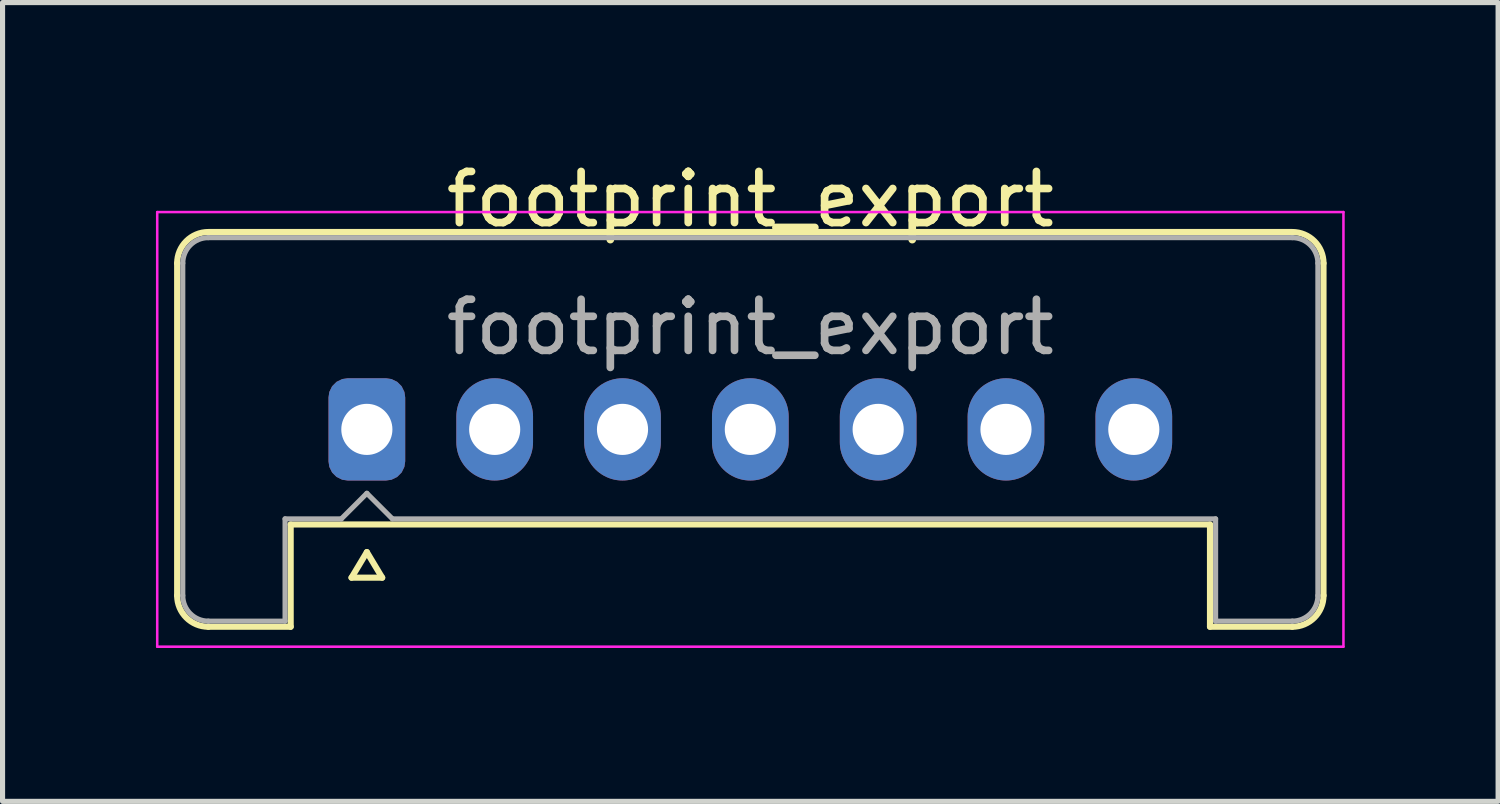
<source format=kicad_pcb>
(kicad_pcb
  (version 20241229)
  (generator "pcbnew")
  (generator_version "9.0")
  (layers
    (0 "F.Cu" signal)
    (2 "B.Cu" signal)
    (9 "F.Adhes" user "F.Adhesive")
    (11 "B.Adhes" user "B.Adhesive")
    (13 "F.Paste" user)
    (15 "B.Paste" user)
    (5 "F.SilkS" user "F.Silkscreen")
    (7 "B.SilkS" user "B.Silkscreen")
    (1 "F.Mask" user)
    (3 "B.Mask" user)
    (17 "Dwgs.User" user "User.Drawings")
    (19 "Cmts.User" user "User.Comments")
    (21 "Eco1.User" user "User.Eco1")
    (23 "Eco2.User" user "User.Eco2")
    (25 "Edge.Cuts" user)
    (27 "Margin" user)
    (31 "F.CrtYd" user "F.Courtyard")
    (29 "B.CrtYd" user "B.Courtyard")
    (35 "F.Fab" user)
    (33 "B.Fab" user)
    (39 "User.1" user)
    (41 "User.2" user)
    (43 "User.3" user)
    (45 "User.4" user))
  (footprint "footprint_export"
    (layer "F.Cu")
    (at 4.125 5.348)
    (property "Reference" "footprint_export" (at 7.5 -4.5 0) (layer "F.SilkS") (effects (font (size 1 1) (thickness 0.15))))
    (attr through_hole)
    (fp_line (start -3.71 -3.25) (end -3.71 3.25) (stroke (width 0.12) (type solid)) (layer "F.SilkS"))
    (fp_line (start -3.1 -3.86) (end 18.1 -3.86) (stroke (width 0.12) (type solid)) (layer "F.SilkS"))
    (fp_line (start -3.1 3.86) (end -1.49 3.86) (stroke (width 0.12) (type solid)) (layer "F.SilkS"))
    (fp_line (start -1.49 1.86) (end 16.49 1.86) (stroke (width 0.12) (type solid)) (layer "F.SilkS"))
    (fp_line (start -1.49 3.86) (end -1.49 1.86) (stroke (width 0.12) (type solid)) (layer "F.SilkS"))
    (fp_line (start -0.3 2.9) (end 0.3 2.9) (stroke (width 0.12) (type solid)) (layer "F.SilkS"))
    (fp_line (start 0 2.4) (end -0.3 2.9) (stroke (width 0.12) (type solid)) (layer "F.SilkS"))
    (fp_line (start 0.3 2.9) (end 0 2.4) (stroke (width 0.12) (type solid)) (layer "F.SilkS"))
    (fp_line (start 16.49 3.86) (end 16.49 1.86) (stroke (width 0.12) (type solid)) (layer "F.SilkS"))
    (fp_line (start 18.1 3.86) (end 16.49 3.86) (stroke (width 0.12) (type solid)) (layer "F.SilkS"))
    (fp_line (start 18.71 -3.25) (end 18.71 3.25) (stroke (width 0.12) (type solid)) (layer "F.SilkS"))
    (fp_arc (start -3.71 -3.25) (mid -3.531335 -3.681335) (end -3.1 -3.86) (stroke (width 0.12) (type solid)) (layer "F.SilkS"))
    (fp_arc (start -3.1 3.86) (mid -3.531335 3.681335) (end -3.71 3.25) (stroke (width 0.12) (type solid)) (layer "F.SilkS"))
    (fp_arc (start 18.1 -3.86) (mid 18.531335 -3.681335) (end 18.71 -3.25) (stroke (width 0.12) (type solid)) (layer "F.SilkS"))
    (fp_arc (start 18.71 3.25) (mid 18.531335 3.681335) (end 18.1 3.86) (stroke (width 0.12) (type solid)) (layer "F.SilkS"))
    (fp_line (start -4.1 -4.25) (end -4.1 4.25) (stroke (width 0.05) (type solid)) (layer "F.CrtYd"))
    (fp_line (start -4.1 4.25) (end 19.1 4.25) (stroke (width 0.05) (type solid)) (layer "F.CrtYd"))
    (fp_line (start 19.1 -4.25) (end -4.1 -4.25) (stroke (width 0.05) (type solid)) (layer "F.CrtYd"))
    (fp_line (start 19.1 4.25) (end 19.1 -4.25) (stroke (width 0.05) (type solid)) (layer "F.CrtYd"))
    (fp_line (start -3.6 -3.25) (end -3.6 3.25) (stroke (width 0.1) (type solid)) (layer "F.Fab"))
    (fp_line (start -3.1 -3.75) (end 18.1 -3.75) (stroke (width 0.1) (type solid)) (layer "F.Fab"))
    (fp_line (start -3.1 3.75) (end -1.6 3.75) (stroke (width 0.1) (type solid)) (layer "F.Fab"))
    (fp_line (start -1.6 1.75) (end -0.5 1.75) (stroke (width 0.1) (type solid)) (layer "F.Fab"))
    (fp_line (start -1.6 3.75) (end -1.6 1.75) (stroke (width 0.1) (type solid)) (layer "F.Fab"))
    (fp_line (start -0.5 1.75) (end 0 1.25) (stroke (width 0.1) (type solid)) (layer "F.Fab"))
    (fp_line (start 0 1.25) (end 0.5 1.75) (stroke (width 0.1) (type solid)) (layer "F.Fab"))
    (fp_line (start 0.5 1.75) (end 16.6 1.75) (stroke (width 0.1) (type solid)) (layer "F.Fab"))
    (fp_line (start 16.6 3.75) (end 16.6 1.75) (stroke (width 0.1) (type solid)) (layer "F.Fab"))
    (fp_line (start 18.1 3.75) (end 16.6 3.75) (stroke (width 0.1) (type solid)) (layer "F.Fab"))
    (fp_line (start 18.6 -3.25) (end 18.6 3.25) (stroke (width 0.1) (type solid)) (layer "F.Fab"))
    (fp_arc (start -3.6 -3.25) (mid -3.453553 -3.603553) (end -3.1 -3.75) (stroke (width 0.1) (type solid)) (layer "F.Fab"))
    (fp_arc (start -3.1 3.75) (mid -3.453553 3.603553) (end -3.6 3.25) (stroke (width 0.1) (type solid)) (layer "F.Fab"))
    (fp_arc (start 18.1 -3.75) (mid 18.453553 -3.603553) (end 18.6 -3.25) (stroke (width 0.1) (type solid)) (layer "F.Fab"))
    (fp_arc (start 18.6 3.25) (mid 18.453553 3.603553) (end 18.1 3.75) (stroke (width 0.1) (type solid)) (layer "F.Fab"))
    (fp_text user "${REFERENCE}" (at 7.5 -2 0) (layer "F.Fab") (effects (font (size 1 1) (thickness 0.15))))
    (pad "1" thru_hole roundrect (at 0 0) (size 1.5 2) (drill 1) (layers "*.Cu" "*.Mask") (roundrect_rratio 0.25))
    (pad "2" thru_hole oval (at 2.5 0) (size 1.5 2) (drill 1) (layers "*.Cu" "*.Mask"))
    (pad "3" thru_hole oval (at 5 0) (size 1.5 2) (drill 1) (layers "*.Cu" "*.Mask"))
    (pad "4" thru_hole oval (at 7.5 0) (size 1.5 2) (drill 1) (layers "*.Cu" "*.Mask"))
    (pad "5" thru_hole oval (at 10 0) (size 1.5 2) (drill 1) (layers "*.Cu" "*.Mask"))
    (pad "6" thru_hole oval (at 12.5 0) (size 1.5 2) (drill 1) (layers "*.Cu" "*.Mask"))
    (pad "7" thru_hole oval (at 15 0) (size 1.5 2) (drill 1) (layers "*.Cu" "*.Mask")))
  (gr_rect
    (start -3 -3)
    (end 26.25 12.623)
    (stroke (width 0.1) (type default))
    (fill no)
    (layer "Edge.Cuts")))
</source>
